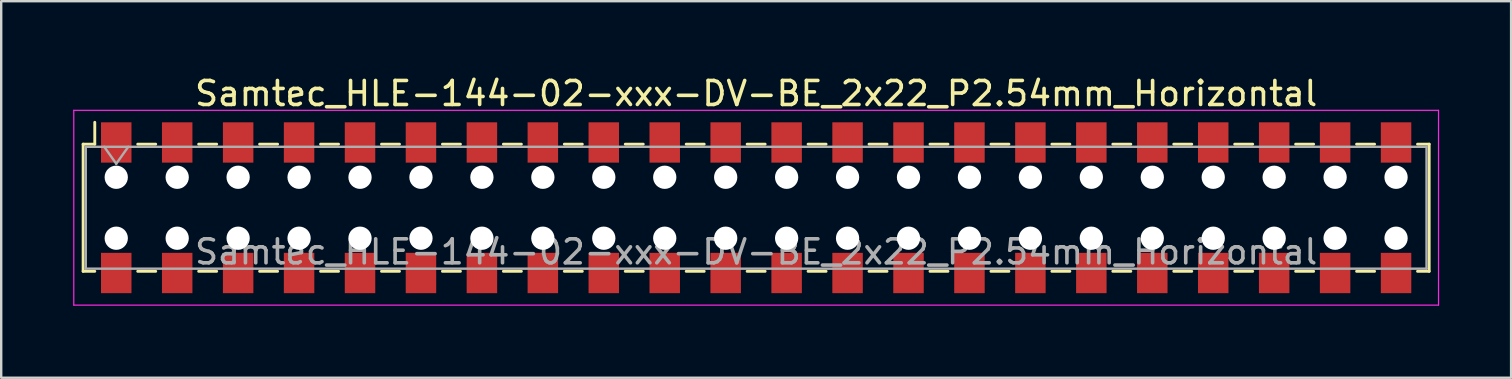
<source format=kicad_pcb>
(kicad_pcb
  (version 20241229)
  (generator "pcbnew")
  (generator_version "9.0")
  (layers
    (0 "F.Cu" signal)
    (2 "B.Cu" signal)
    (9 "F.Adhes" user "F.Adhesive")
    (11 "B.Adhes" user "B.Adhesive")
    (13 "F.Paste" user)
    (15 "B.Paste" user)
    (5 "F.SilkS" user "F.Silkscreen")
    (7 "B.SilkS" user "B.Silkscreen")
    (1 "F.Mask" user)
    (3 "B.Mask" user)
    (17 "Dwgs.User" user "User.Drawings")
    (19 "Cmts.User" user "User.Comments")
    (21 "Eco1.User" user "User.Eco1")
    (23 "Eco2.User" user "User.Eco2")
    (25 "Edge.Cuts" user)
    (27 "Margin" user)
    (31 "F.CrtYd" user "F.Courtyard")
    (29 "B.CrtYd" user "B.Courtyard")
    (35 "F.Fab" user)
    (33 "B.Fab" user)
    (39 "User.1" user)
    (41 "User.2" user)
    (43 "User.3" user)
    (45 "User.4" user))
  (footprint "Samtec_HLE-144-02-xxx-DV-BE_2x22_P2.54mm_Horizontal"
    (layer "F.Cu")
    (at 28.465 5.608)
    (property "Reference" "Samtec_HLE-144-02-xxx-DV-BE_2x22_P2.54mm_Horizontal" (at 0 -4.76 0) (layer "F.SilkS") (effects (font (size 1 1) (thickness 0.15))))
    (attr smd)
    (fp_line (start -28.05 -2.65) (end -28.05 2.65) (stroke (width 0.12) (type solid)) (layer "F.SilkS"))
    (fp_line (start -28.05 2.65) (end -27.565 2.65) (stroke (width 0.12) (type solid)) (layer "F.SilkS"))
    (fp_line (start -27.565 -3.56) (end -27.565 -2.65) (stroke (width 0.12) (type solid)) (layer "F.SilkS"))
    (fp_line (start -27.565 -2.65) (end -28.05 -2.65) (stroke (width 0.12) (type solid)) (layer "F.SilkS"))
    (fp_line (start -25.775 -2.65) (end -25.025 -2.65) (stroke (width 0.12) (type solid)) (layer "F.SilkS"))
    (fp_line (start -25.775 2.65) (end -25.025 2.65) (stroke (width 0.12) (type solid)) (layer "F.SilkS"))
    (fp_line (start -23.235 -2.65) (end -22.485 -2.65) (stroke (width 0.12) (type solid)) (layer "F.SilkS"))
    (fp_line (start -23.235 2.65) (end -22.485 2.65) (stroke (width 0.12) (type solid)) (layer "F.SilkS"))
    (fp_line (start -20.695 -2.65) (end -19.945 -2.65) (stroke (width 0.12) (type solid)) (layer "F.SilkS"))
    (fp_line (start -20.695 2.65) (end -19.945 2.65) (stroke (width 0.12) (type solid)) (layer "F.SilkS"))
    (fp_line (start -18.155 -2.65) (end -17.405 -2.65) (stroke (width 0.12) (type solid)) (layer "F.SilkS"))
    (fp_line (start -18.155 2.65) (end -17.405 2.65) (stroke (width 0.12) (type solid)) (layer "F.SilkS"))
    (fp_line (start -15.615 -2.65) (end -14.865 -2.65) (stroke (width 0.12) (type solid)) (layer "F.SilkS"))
    (fp_line (start -15.615 2.65) (end -14.865 2.65) (stroke (width 0.12) (type solid)) (layer "F.SilkS"))
    (fp_line (start -13.075 -2.65) (end -12.325 -2.65) (stroke (width 0.12) (type solid)) (layer "F.SilkS"))
    (fp_line (start -13.075 2.65) (end -12.325 2.65) (stroke (width 0.12) (type solid)) (layer "F.SilkS"))
    (fp_line (start -10.535 -2.65) (end -9.785 -2.65) (stroke (width 0.12) (type solid)) (layer "F.SilkS"))
    (fp_line (start -10.535 2.65) (end -9.785 2.65) (stroke (width 0.12) (type solid)) (layer "F.SilkS"))
    (fp_line (start -7.995 -2.65) (end -7.245 -2.65) (stroke (width 0.12) (type solid)) (layer "F.SilkS"))
    (fp_line (start -7.995 2.65) (end -7.245 2.65) (stroke (width 0.12) (type solid)) (layer "F.SilkS"))
    (fp_line (start -5.455 -2.65) (end -4.705 -2.65) (stroke (width 0.12) (type solid)) (layer "F.SilkS"))
    (fp_line (start -5.455 2.65) (end -4.705 2.65) (stroke (width 0.12) (type solid)) (layer "F.SilkS"))
    (fp_line (start -2.915 -2.65) (end -2.165 -2.65) (stroke (width 0.12) (type solid)) (layer "F.SilkS"))
    (fp_line (start -2.915 2.65) (end -2.165 2.65) (stroke (width 0.12) (type solid)) (layer "F.SilkS"))
    (fp_line (start -0.375 -2.65) (end 0.375 -2.65) (stroke (width 0.12) (type solid)) (layer "F.SilkS"))
    (fp_line (start -0.375 2.65) (end 0.375 2.65) (stroke (width 0.12) (type solid)) (layer "F.SilkS"))
    (fp_line (start 2.165 -2.65) (end 2.915 -2.65) (stroke (width 0.12) (type solid)) (layer "F.SilkS"))
    (fp_line (start 2.165 2.65) (end 2.915 2.65) (stroke (width 0.12) (type solid)) (layer "F.SilkS"))
    (fp_line (start 4.705 -2.65) (end 5.455 -2.65) (stroke (width 0.12) (type solid)) (layer "F.SilkS"))
    (fp_line (start 4.705 2.65) (end 5.455 2.65) (stroke (width 0.12) (type solid)) (layer "F.SilkS"))
    (fp_line (start 7.245 -2.65) (end 7.995 -2.65) (stroke (width 0.12) (type solid)) (layer "F.SilkS"))
    (fp_line (start 7.245 2.65) (end 7.995 2.65) (stroke (width 0.12) (type solid)) (layer "F.SilkS"))
    (fp_line (start 9.785 -2.65) (end 10.535 -2.65) (stroke (width 0.12) (type solid)) (layer "F.SilkS"))
    (fp_line (start 9.785 2.65) (end 10.535 2.65) (stroke (width 0.12) (type solid)) (layer "F.SilkS"))
    (fp_line (start 12.325 -2.65) (end 13.075 -2.65) (stroke (width 0.12) (type solid)) (layer "F.SilkS"))
    (fp_line (start 12.325 2.65) (end 13.075 2.65) (stroke (width 0.12) (type solid)) (layer "F.SilkS"))
    (fp_line (start 14.865 -2.65) (end 15.615 -2.65) (stroke (width 0.12) (type solid)) (layer "F.SilkS"))
    (fp_line (start 14.865 2.65) (end 15.615 2.65) (stroke (width 0.12) (type solid)) (layer "F.SilkS"))
    (fp_line (start 17.405 -2.65) (end 18.155 -2.65) (stroke (width 0.12) (type solid)) (layer "F.SilkS"))
    (fp_line (start 17.405 2.65) (end 18.155 2.65) (stroke (width 0.12) (type solid)) (layer "F.SilkS"))
    (fp_line (start 19.945 -2.65) (end 20.695 -2.65) (stroke (width 0.12) (type solid)) (layer "F.SilkS"))
    (fp_line (start 19.945 2.65) (end 20.695 2.65) (stroke (width 0.12) (type solid)) (layer "F.SilkS"))
    (fp_line (start 22.485 -2.65) (end 23.235 -2.65) (stroke (width 0.12) (type solid)) (layer "F.SilkS"))
    (fp_line (start 22.485 2.65) (end 23.235 2.65) (stroke (width 0.12) (type solid)) (layer "F.SilkS"))
    (fp_line (start 25.025 -2.65) (end 25.775 -2.65) (stroke (width 0.12) (type solid)) (layer "F.SilkS"))
    (fp_line (start 25.025 2.65) (end 25.775 2.65) (stroke (width 0.12) (type solid)) (layer "F.SilkS"))
    (fp_line (start 27.565 -2.65) (end 28.05 -2.65) (stroke (width 0.12) (type solid)) (layer "F.SilkS"))
    (fp_line (start 28.05 -2.65) (end 28.05 2.65) (stroke (width 0.12) (type solid)) (layer "F.SilkS"))
    (fp_line (start 28.05 2.65) (end 27.565 2.65) (stroke (width 0.12) (type solid)) (layer "F.SilkS"))
    (fp_line (start -28.44 -4.06) (end 28.44 -4.06) (stroke (width 0.05) (type solid)) (layer "F.CrtYd"))
    (fp_line (start -28.44 4.06) (end -28.44 -4.06) (stroke (width 0.05) (type solid)) (layer "F.CrtYd"))
    (fp_line (start 28.44 -4.06) (end 28.44 4.06) (stroke (width 0.05) (type solid)) (layer "F.CrtYd"))
    (fp_line (start 28.44 4.06) (end -28.44 4.06) (stroke (width 0.05) (type solid)) (layer "F.CrtYd"))
    (fp_line (start -27.94 -2.54) (end 27.94 -2.54) (stroke (width 0.1) (type solid)) (layer "F.Fab"))
    (fp_line (start -27.94 2.54) (end -27.94 -2.54) (stroke (width 0.1) (type solid)) (layer "F.Fab"))
    (fp_line (start -27.17 -2.54) (end -26.67 -1.833) (stroke (width 0.1) (type solid)) (layer "F.Fab"))
    (fp_line (start -26.67 -1.833) (end -26.17 -2.54) (stroke (width 0.1) (type solid)) (layer "F.Fab"))
    (fp_line (start 27.94 -2.54) (end 27.94 2.54) (stroke (width 0.1) (type solid)) (layer "F.Fab"))
    (fp_line (start 27.94 2.54) (end -27.94 2.54) (stroke (width 0.1) (type solid)) (layer "F.Fab"))
    (fp_text user "${REFERENCE}" (at 0 1.84 0) (layer "F.Fab") (effects (font (size 1 1) (thickness 0.15))))
    (pad "" np_thru_hole circle (at -26.67 -1.27) (size 0.97 0.97) (drill 0.97) (layers "*.Cu" "*.Mask"))
    (pad "" np_thru_hole circle (at -26.67 1.27) (size 0.97 0.97) (drill 0.97) (layers "*.Cu" "*.Mask"))
    (pad "" np_thru_hole circle (at -24.13 -1.27) (size 0.97 0.97) (drill 0.97) (layers "*.Cu" "*.Mask"))
    (pad "" np_thru_hole circle (at -24.13 1.27) (size 0.97 0.97) (drill 0.97) (layers "*.Cu" "*.Mask"))
    (pad "" np_thru_hole circle (at -21.59 -1.27) (size 0.97 0.97) (drill 0.97) (layers "*.Cu" "*.Mask"))
    (pad "" np_thru_hole circle (at -21.59 1.27) (size 0.97 0.97) (drill 0.97) (layers "*.Cu" "*.Mask"))
    (pad "" np_thru_hole circle (at -19.05 -1.27) (size 0.97 0.97) (drill 0.97) (layers "*.Cu" "*.Mask"))
    (pad "" np_thru_hole circle (at -19.05 1.27) (size 0.97 0.97) (drill 0.97) (layers "*.Cu" "*.Mask"))
    (pad "" np_thru_hole circle (at -16.51 -1.27) (size 0.97 0.97) (drill 0.97) (layers "*.Cu" "*.Mask"))
    (pad "" np_thru_hole circle (at -16.51 1.27) (size 0.97 0.97) (drill 0.97) (layers "*.Cu" "*.Mask"))
    (pad "" np_thru_hole circle (at -13.97 -1.27) (size 0.97 0.97) (drill 0.97) (layers "*.Cu" "*.Mask"))
    (pad "" np_thru_hole circle (at -13.97 1.27) (size 0.97 0.97) (drill 0.97) (layers "*.Cu" "*.Mask"))
    (pad "" np_thru_hole circle (at -11.43 -1.27) (size 0.97 0.97) (drill 0.97) (layers "*.Cu" "*.Mask"))
    (pad "" np_thru_hole circle (at -11.43 1.27) (size 0.97 0.97) (drill 0.97) (layers "*.Cu" "*.Mask"))
    (pad "" np_thru_hole circle (at -8.89 -1.27) (size 0.97 0.97) (drill 0.97) (layers "*.Cu" "*.Mask"))
    (pad "" np_thru_hole circle (at -8.89 1.27) (size 0.97 0.97) (drill 0.97) (layers "*.Cu" "*.Mask"))
    (pad "" np_thru_hole circle (at -6.35 -1.27) (size 0.97 0.97) (drill 0.97) (layers "*.Cu" "*.Mask"))
    (pad "" np_thru_hole circle (at -6.35 1.27) (size 0.97 0.97) (drill 0.97) (layers "*.Cu" "*.Mask"))
    (pad "" np_thru_hole circle (at -3.81 -1.27) (size 0.97 0.97) (drill 0.97) (layers "*.Cu" "*.Mask"))
    (pad "" np_thru_hole circle (at -3.81 1.27) (size 0.97 0.97) (drill 0.97) (layers "*.Cu" "*.Mask"))
    (pad "" np_thru_hole circle (at -1.27 -1.27) (size 0.97 0.97) (drill 0.97) (layers "*.Cu" "*.Mask"))
    (pad "" np_thru_hole circle (at -1.27 1.27) (size 0.97 0.97) (drill 0.97) (layers "*.Cu" "*.Mask"))
    (pad "" np_thru_hole circle (at 1.27 -1.27) (size 0.97 0.97) (drill 0.97) (layers "*.Cu" "*.Mask"))
    (pad "" np_thru_hole circle (at 1.27 1.27) (size 0.97 0.97) (drill 0.97) (layers "*.Cu" "*.Mask"))
    (pad "" np_thru_hole circle (at 3.81 -1.27) (size 0.97 0.97) (drill 0.97) (layers "*.Cu" "*.Mask"))
    (pad "" np_thru_hole circle (at 3.81 1.27) (size 0.97 0.97) (drill 0.97) (layers "*.Cu" "*.Mask"))
    (pad "" np_thru_hole circle (at 6.35 -1.27) (size 0.97 0.97) (drill 0.97) (layers "*.Cu" "*.Mask"))
    (pad "" np_thru_hole circle (at 6.35 1.27) (size 0.97 0.97) (drill 0.97) (layers "*.Cu" "*.Mask"))
    (pad "" np_thru_hole circle (at 8.89 -1.27) (size 0.97 0.97) (drill 0.97) (layers "*.Cu" "*.Mask"))
    (pad "" np_thru_hole circle (at 8.89 1.27) (size 0.97 0.97) (drill 0.97) (layers "*.Cu" "*.Mask"))
    (pad "" np_thru_hole circle (at 11.43 -1.27) (size 0.97 0.97) (drill 0.97) (layers "*.Cu" "*.Mask"))
    (pad "" np_thru_hole circle (at 11.43 1.27) (size 0.97 0.97) (drill 0.97) (layers "*.Cu" "*.Mask"))
    (pad "" np_thru_hole circle (at 13.97 -1.27) (size 0.97 0.97) (drill 0.97) (layers "*.Cu" "*.Mask"))
    (pad "" np_thru_hole circle (at 13.97 1.27) (size 0.97 0.97) (drill 0.97) (layers "*.Cu" "*.Mask"))
    (pad "" np_thru_hole circle (at 16.51 -1.27) (size 0.97 0.97) (drill 0.97) (layers "*.Cu" "*.Mask"))
    (pad "" np_thru_hole circle (at 16.51 1.27) (size 0.97 0.97) (drill 0.97) (layers "*.Cu" "*.Mask"))
    (pad "" np_thru_hole circle (at 19.05 -1.27) (size 0.97 0.97) (drill 0.97) (layers "*.Cu" "*.Mask"))
    (pad "" np_thru_hole circle (at 19.05 1.27) (size 0.97 0.97) (drill 0.97) (layers "*.Cu" "*.Mask"))
    (pad "" np_thru_hole circle (at 21.59 -1.27) (size 0.97 0.97) (drill 0.97) (layers "*.Cu" "*.Mask"))
    (pad "" np_thru_hole circle (at 21.59 1.27) (size 0.97 0.97) (drill 0.97) (layers "*.Cu" "*.Mask"))
    (pad "" np_thru_hole circle (at 24.13 -1.27) (size 0.97 0.97) (drill 0.97) (layers "*.Cu" "*.Mask"))
    (pad "" np_thru_hole circle (at 24.13 1.27) (size 0.97 0.97) (drill 0.97) (layers "*.Cu" "*.Mask"))
    (pad "" np_thru_hole circle (at 26.67 -1.27) (size 0.97 0.97) (drill 0.97) (layers "*.Cu" "*.Mask"))
    (pad "" np_thru_hole circle (at 26.67 1.27) (size 0.97 0.97) (drill 0.97) (layers "*.Cu" "*.Mask"))
    (pad "1" smd rect (at -26.67 -2.72) (size 1.27 1.68) (layers "F.Cu" "F.Mask" "F.Paste"))
    (pad "2" smd rect (at -26.67 2.72) (size 1.27 1.68) (layers "F.Cu" "F.Mask" "F.Paste"))
    (pad "3" smd rect (at -24.13 -2.72) (size 1.27 1.68) (layers "F.Cu" "F.Mask" "F.Paste"))
    (pad "4" smd rect (at -24.13 2.72) (size 1.27 1.68) (layers "F.Cu" "F.Mask" "F.Paste"))
    (pad "5" smd rect (at -21.59 -2.72) (size 1.27 1.68) (layers "F.Cu" "F.Mask" "F.Paste"))
    (pad "6" smd rect (at -21.59 2.72) (size 1.27 1.68) (layers "F.Cu" "F.Mask" "F.Paste"))
    (pad "7" smd rect (at -19.05 -2.72) (size 1.27 1.68) (layers "F.Cu" "F.Mask" "F.Paste"))
    (pad "8" smd rect (at -19.05 2.72) (size 1.27 1.68) (layers "F.Cu" "F.Mask" "F.Paste"))
    (pad "9" smd rect (at -16.51 -2.72) (size 1.27 1.68) (layers "F.Cu" "F.Mask" "F.Paste"))
    (pad "10" smd rect (at -16.51 2.72) (size 1.27 1.68) (layers "F.Cu" "F.Mask" "F.Paste"))
    (pad "11" smd rect (at -13.97 -2.72) (size 1.27 1.68) (layers "F.Cu" "F.Mask" "F.Paste"))
    (pad "12" smd rect (at -13.97 2.72) (size 1.27 1.68) (layers "F.Cu" "F.Mask" "F.Paste"))
    (pad "13" smd rect (at -11.43 -2.72) (size 1.27 1.68) (layers "F.Cu" "F.Mask" "F.Paste"))
    (pad "14" smd rect (at -11.43 2.72) (size 1.27 1.68) (layers "F.Cu" "F.Mask" "F.Paste"))
    (pad "15" smd rect (at -8.89 -2.72) (size 1.27 1.68) (layers "F.Cu" "F.Mask" "F.Paste"))
    (pad "16" smd rect (at -8.89 2.72) (size 1.27 1.68) (layers "F.Cu" "F.Mask" "F.Paste"))
    (pad "17" smd rect (at -6.35 -2.72) (size 1.27 1.68) (layers "F.Cu" "F.Mask" "F.Paste"))
    (pad "18" smd rect (at -6.35 2.72) (size 1.27 1.68) (layers "F.Cu" "F.Mask" "F.Paste"))
    (pad "19" smd rect (at -3.81 -2.72) (size 1.27 1.68) (layers "F.Cu" "F.Mask" "F.Paste"))
    (pad "20" smd rect (at -3.81 2.72) (size 1.27 1.68) (layers "F.Cu" "F.Mask" "F.Paste"))
    (pad "21" smd rect (at -1.27 -2.72) (size 1.27 1.68) (layers "F.Cu" "F.Mask" "F.Paste"))
    (pad "22" smd rect (at -1.27 2.72) (size 1.27 1.68) (layers "F.Cu" "F.Mask" "F.Paste"))
    (pad "23" smd rect (at 1.27 -2.72) (size 1.27 1.68) (layers "F.Cu" "F.Mask" "F.Paste"))
    (pad "24" smd rect (at 1.27 2.72) (size 1.27 1.68) (layers "F.Cu" "F.Mask" "F.Paste"))
    (pad "25" smd rect (at 3.81 -2.72) (size 1.27 1.68) (layers "F.Cu" "F.Mask" "F.Paste"))
    (pad "26" smd rect (at 3.81 2.72) (size 1.27 1.68) (layers "F.Cu" "F.Mask" "F.Paste"))
    (pad "27" smd rect (at 6.35 -2.72) (size 1.27 1.68) (layers "F.Cu" "F.Mask" "F.Paste"))
    (pad "28" smd rect (at 6.35 2.72) (size 1.27 1.68) (layers "F.Cu" "F.Mask" "F.Paste"))
    (pad "29" smd rect (at 8.89 -2.72) (size 1.27 1.68) (layers "F.Cu" "F.Mask" "F.Paste"))
    (pad "30" smd rect (at 8.89 2.72) (size 1.27 1.68) (layers "F.Cu" "F.Mask" "F.Paste"))
    (pad "31" smd rect (at 11.43 -2.72) (size 1.27 1.68) (layers "F.Cu" "F.Mask" "F.Paste"))
    (pad "32" smd rect (at 11.43 2.72) (size 1.27 1.68) (layers "F.Cu" "F.Mask" "F.Paste"))
    (pad "33" smd rect (at 13.97 -2.72) (size 1.27 1.68) (layers "F.Cu" "F.Mask" "F.Paste"))
    (pad "34" smd rect (at 13.97 2.72) (size 1.27 1.68) (layers "F.Cu" "F.Mask" "F.Paste"))
    (pad "35" smd rect (at 16.51 -2.72) (size 1.27 1.68) (layers "F.Cu" "F.Mask" "F.Paste"))
    (pad "36" smd rect (at 16.51 2.72) (size 1.27 1.68) (layers "F.Cu" "F.Mask" "F.Paste"))
    (pad "37" smd rect (at 19.05 -2.72) (size 1.27 1.68) (layers "F.Cu" "F.Mask" "F.Paste"))
    (pad "38" smd rect (at 19.05 2.72) (size 1.27 1.68) (layers "F.Cu" "F.Mask" "F.Paste"))
    (pad "39" smd rect (at 21.59 -2.72) (size 1.27 1.68) (layers "F.Cu" "F.Mask" "F.Paste"))
    (pad "40" smd rect (at 21.59 2.72) (size 1.27 1.68) (layers "F.Cu" "F.Mask" "F.Paste"))
    (pad "41" smd rect (at 24.13 -2.72) (size 1.27 1.68) (layers "F.Cu" "F.Mask" "F.Paste"))
    (pad "42" smd rect (at 24.13 2.72) (size 1.27 1.68) (layers "F.Cu" "F.Mask" "F.Paste"))
    (pad "43" smd rect (at 26.67 -2.72) (size 1.27 1.68) (layers "F.Cu" "F.Mask" "F.Paste"))
    (pad "44" smd rect (at 26.67 2.72) (size 1.27 1.68) (layers "F.Cu" "F.Mask" "F.Paste")))
  (gr_rect
    (start -3 -3)
    (end 59.93 12.693)
    (stroke (width 0.1) (type default))
    (fill no)
    (layer "Edge.Cuts")))
</source>
